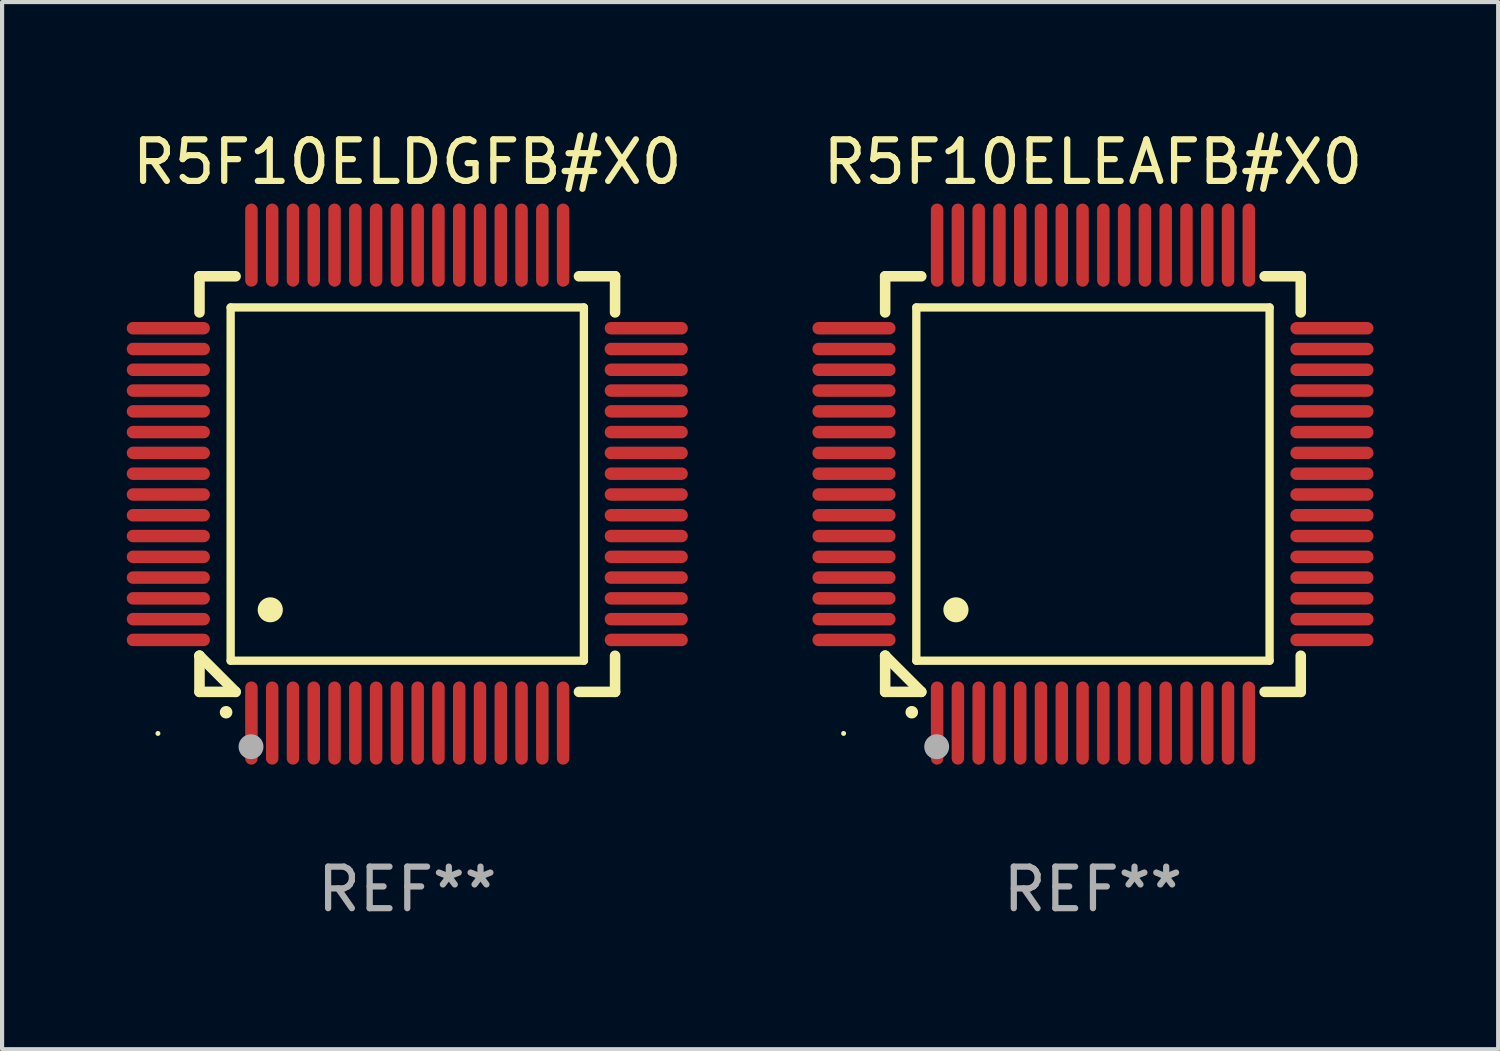
<source format=kicad_pcb>
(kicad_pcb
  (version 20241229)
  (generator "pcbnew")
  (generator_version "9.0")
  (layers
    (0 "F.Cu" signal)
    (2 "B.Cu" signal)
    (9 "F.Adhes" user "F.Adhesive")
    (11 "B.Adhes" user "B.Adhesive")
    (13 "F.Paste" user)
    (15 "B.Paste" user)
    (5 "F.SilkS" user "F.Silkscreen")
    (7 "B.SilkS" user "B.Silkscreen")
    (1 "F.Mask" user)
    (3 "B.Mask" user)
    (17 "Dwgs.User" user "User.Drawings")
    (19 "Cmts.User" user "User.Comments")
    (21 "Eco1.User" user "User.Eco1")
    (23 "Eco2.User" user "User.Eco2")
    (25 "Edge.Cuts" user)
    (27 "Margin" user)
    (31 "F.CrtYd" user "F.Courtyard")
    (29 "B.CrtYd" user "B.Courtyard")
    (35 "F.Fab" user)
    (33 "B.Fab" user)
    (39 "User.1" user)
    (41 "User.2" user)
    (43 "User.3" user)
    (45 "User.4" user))
  (footprint "R5F10ELEAFB#X0"
    (layer "F.Cu")
    (at 23.249 8.598)
    (property "Reference" "R5F10ELEAFB#X0" (at 0 -7.75 0) (layer "F.SilkS") (effects (font (size 1 1) (thickness 0.15))))
    (attr through_hole)
    (fp_line (start -5 -5) (end -4.131 -5) (stroke (width 0.254) (type solid)) (layer "F.SilkS"))
    (fp_line (start -5 -4.131) (end -5 -5) (stroke (width 0.254) (type solid)) (layer "F.SilkS"))
    (fp_line (start -5 4.131) (end -5 4.131) (stroke (width 0.254) (type solid)) (layer "F.SilkS"))
    (fp_line (start -5 5) (end -5 4.131) (stroke (width 0.254) (type solid)) (layer "F.SilkS"))
    (fp_line (start -5 4.131) (end -4.131 5) (stroke (width 0.254) (type solid)) (layer "F.SilkS"))
    (fp_line (start -4.25 -4.25) (end -4.25 4.25) (stroke (width 0.2) (type solid)) (layer "F.SilkS"))
    (fp_line (start -4.25 4.25) (end 4.25 4.25) (stroke (width 0.2) (type solid)) (layer "F.SilkS"))
    (fp_line (start -4.131 5) (end -5 5) (stroke (width 0.254) (type solid)) (layer "F.SilkS"))
    (fp_line (start 4.25 -4.25) (end -4.25 -4.25) (stroke (width 0.2) (type solid)) (layer "F.SilkS"))
    (fp_line (start 4.25 4.25) (end 4.25 -4.25) (stroke (width 0.2) (type solid)) (layer "F.SilkS"))
    (fp_line (start 5 -5) (end 4.131 -5) (stroke (width 0.254) (type solid)) (layer "F.SilkS"))
    (fp_line (start 5 -5) (end 5 -4.131) (stroke (width 0.254) (type solid)) (layer "F.SilkS"))
    (fp_line (start 5 4.131) (end 5 5) (stroke (width 0.254) (type solid)) (layer "F.SilkS"))
    (fp_line (start 5 5) (end 4.131 5) (stroke (width 0.254) (type solid)) (layer "F.SilkS"))
    (fp_arc (start -4.361265 5.489992) (mid -4.359995 5.489987) (end -4.358725 5.489992) (stroke (width 0.3) (type solid)) (layer "F.SilkS"))
    (fp_arc (start -3.299467 3.025146) (mid -3.296927 3.025135) (end -3.294387 3.025146) (stroke (width 0.6) (type solid)) (layer "F.SilkS"))
    (fp_circle (center -6 6) (end -5.97 6) (stroke (width 0.06) (type solid)) (fill no) (layer "F.SilkS"))
    (fp_circle (center -3.76 6.32) (end -3.61 6.32) (stroke (width 0.3) (type solid)) (fill no) (layer "F.Fab"))
    (fp_text user "REF**" (at 0 9.75 0) (layer "F.Fab") (effects (font (size 1 1) (thickness 0.15))))
    (pad "1" smd oval (at -3.75 5.75) (size 0.3 2) (layers "F.Cu" "F.Mask" "F.Paste"))
    (pad "2" smd oval (at -3.25 5.75) (size 0.3 2) (layers "F.Cu" "F.Mask" "F.Paste"))
    (pad "3" smd oval (at -2.75 5.75) (size 0.3 2) (layers "F.Cu" "F.Mask" "F.Paste"))
    (pad "4" smd oval (at -2.25 5.75) (size 0.3 2) (layers "F.Cu" "F.Mask" "F.Paste"))
    (pad "5" smd oval (at -1.75 5.75) (size 0.3 2) (layers "F.Cu" "F.Mask" "F.Paste"))
    (pad "6" smd oval (at -1.25 5.75) (size 0.3 2) (layers "F.Cu" "F.Mask" "F.Paste"))
    (pad "7" smd oval (at -0.75 5.75) (size 0.3 2) (layers "F.Cu" "F.Mask" "F.Paste"))
    (pad "8" smd oval (at -0.25 5.75) (size 0.3 2) (layers "F.Cu" "F.Mask" "F.Paste"))
    (pad "9" smd oval (at 0.25 5.75) (size 0.3 2) (layers "F.Cu" "F.Mask" "F.Paste"))
    (pad "10" smd oval (at 0.75 5.75) (size 0.3 2) (layers "F.Cu" "F.Mask" "F.Paste"))
    (pad "11" smd oval (at 1.25 5.75) (size 0.3 2) (layers "F.Cu" "F.Mask" "F.Paste"))
    (pad "12" smd oval (at 1.75 5.75) (size 0.3 2) (layers "F.Cu" "F.Mask" "F.Paste"))
    (pad "13" smd oval (at 2.25 5.75) (size 0.3 2) (layers "F.Cu" "F.Mask" "F.Paste"))
    (pad "14" smd oval (at 2.75 5.75) (size 0.3 2) (layers "F.Cu" "F.Mask" "F.Paste"))
    (pad "15" smd oval (at 3.25 5.75) (size 0.3 2) (layers "F.Cu" "F.Mask" "F.Paste"))
    (pad "16" smd oval (at 3.75 5.75) (size 0.3 2) (layers "F.Cu" "F.Mask" "F.Paste"))
    (pad "17" smd oval (at 5.75 3.75) (size 2 0.3) (layers "F.Cu" "F.Mask" "F.Paste"))
    (pad "18" smd oval (at 5.75 3.25) (size 2 0.3) (layers "F.Cu" "F.Mask" "F.Paste"))
    (pad "19" smd oval (at 5.75 2.75) (size 2 0.3) (layers "F.Cu" "F.Mask" "F.Paste"))
    (pad "20" smd oval (at 5.75 2.25) (size 2 0.3) (layers "F.Cu" "F.Mask" "F.Paste"))
    (pad "21" smd oval (at 5.75 1.75) (size 2 0.3) (layers "F.Cu" "F.Mask" "F.Paste"))
    (pad "22" smd oval (at 5.75 1.25) (size 2 0.3) (layers "F.Cu" "F.Mask" "F.Paste"))
    (pad "23" smd oval (at 5.75 0.75) (size 2 0.3) (layers "F.Cu" "F.Mask" "F.Paste"))
    (pad "24" smd oval (at 5.75 0.25) (size 2 0.3) (layers "F.Cu" "F.Mask" "F.Paste"))
    (pad "25" smd oval (at 5.75 -0.25) (size 2 0.3) (layers "F.Cu" "F.Mask" "F.Paste"))
    (pad "26" smd oval (at 5.75 -0.75) (size 2 0.3) (layers "F.Cu" "F.Mask" "F.Paste"))
    (pad "27" smd oval (at 5.75 -1.25) (size 2 0.3) (layers "F.Cu" "F.Mask" "F.Paste"))
    (pad "28" smd oval (at 5.75 -1.75) (size 2 0.3) (layers "F.Cu" "F.Mask" "F.Paste"))
    (pad "29" smd oval (at 5.75 -2.25) (size 2 0.3) (layers "F.Cu" "F.Mask" "F.Paste"))
    (pad "30" smd oval (at 5.75 -2.75) (size 2 0.3) (layers "F.Cu" "F.Mask" "F.Paste"))
    (pad "31" smd oval (at 5.75 -3.25) (size 2 0.3) (layers "F.Cu" "F.Mask" "F.Paste"))
    (pad "32" smd oval (at 5.75 -3.75) (size 2 0.3) (layers "F.Cu" "F.Mask" "F.Paste"))
    (pad "33" smd oval (at 3.75 -5.75) (size 0.3 2) (layers "F.Cu" "F.Mask" "F.Paste"))
    (pad "34" smd oval (at 3.25 -5.75) (size 0.3 2) (layers "F.Cu" "F.Mask" "F.Paste"))
    (pad "35" smd oval (at 2.75 -5.75) (size 0.3 2) (layers "F.Cu" "F.Mask" "F.Paste"))
    (pad "36" smd oval (at 2.25 -5.75) (size 0.3 2) (layers "F.Cu" "F.Mask" "F.Paste"))
    (pad "37" smd oval (at 1.75 -5.75) (size 0.3 2) (layers "F.Cu" "F.Mask" "F.Paste"))
    (pad "38" smd oval (at 1.25 -5.75) (size 0.3 2) (layers "F.Cu" "F.Mask" "F.Paste"))
    (pad "39" smd oval (at 0.75 -5.75) (size 0.3 2) (layers "F.Cu" "F.Mask" "F.Paste"))
    (pad "40" smd oval (at 0.25 -5.75) (size 0.3 2) (layers "F.Cu" "F.Mask" "F.Paste"))
    (pad "41" smd oval (at -0.25 -5.75) (size 0.3 2) (layers "F.Cu" "F.Mask" "F.Paste"))
    (pad "42" smd oval (at -0.75 -5.75) (size 0.3 2) (layers "F.Cu" "F.Mask" "F.Paste"))
    (pad "43" smd oval (at -1.25 -5.75) (size 0.3 2) (layers "F.Cu" "F.Mask" "F.Paste"))
    (pad "44" smd oval (at -1.75 -5.75) (size 0.3 2) (layers "F.Cu" "F.Mask" "F.Paste"))
    (pad "45" smd oval (at -2.25 -5.75) (size 0.3 2) (layers "F.Cu" "F.Mask" "F.Paste"))
    (pad "46" smd oval (at -2.75 -5.75) (size 0.3 2) (layers "F.Cu" "F.Mask" "F.Paste"))
    (pad "47" smd oval (at -3.25 -5.75) (size 0.3 2) (layers "F.Cu" "F.Mask" "F.Paste"))
    (pad "48" smd oval (at -3.75 -5.75) (size 0.3 2) (layers "F.Cu" "F.Mask" "F.Paste"))
    (pad "49" smd oval (at -5.75 -3.75) (size 2 0.3) (layers "F.Cu" "F.Mask" "F.Paste"))
    (pad "50" smd oval (at -5.75 -3.25) (size 2 0.3) (layers "F.Cu" "F.Mask" "F.Paste"))
    (pad "51" smd oval (at -5.75 -2.75) (size 2 0.3) (layers "F.Cu" "F.Mask" "F.Paste"))
    (pad "52" smd oval (at -5.75 -2.25) (size 2 0.3) (layers "F.Cu" "F.Mask" "F.Paste"))
    (pad "53" smd oval (at -5.75 -1.75) (size 2 0.3) (layers "F.Cu" "F.Mask" "F.Paste"))
    (pad "54" smd oval (at -5.75 -1.25) (size 2 0.3) (layers "F.Cu" "F.Mask" "F.Paste"))
    (pad "55" smd oval (at -5.75 -0.75) (size 2 0.3) (layers "F.Cu" "F.Mask" "F.Paste"))
    (pad "56" smd oval (at -5.75 -0.25) (size 2 0.3) (layers "F.Cu" "F.Mask" "F.Paste"))
    (pad "57" smd oval (at -5.75 0.25) (size 2 0.3) (layers "F.Cu" "F.Mask" "F.Paste"))
    (pad "58" smd oval (at -5.75 0.75) (size 2 0.3) (layers "F.Cu" "F.Mask" "F.Paste"))
    (pad "59" smd oval (at -5.75 1.25) (size 2 0.3) (layers "F.Cu" "F.Mask" "F.Paste"))
    (pad "60" smd oval (at -5.75 1.75) (size 2 0.3) (layers "F.Cu" "F.Mask" "F.Paste"))
    (pad "61" smd oval (at -5.75 2.25) (size 2 0.3) (layers "F.Cu" "F.Mask" "F.Paste"))
    (pad "62" smd oval (at -5.75 2.75) (size 2 0.3) (layers "F.Cu" "F.Mask" "F.Paste"))
    (pad "63" smd oval (at -5.75 3.25) (size 2 0.3) (layers "F.Cu" "F.Mask" "F.Paste"))
    (pad "64" smd oval (at -5.75 3.75) (size 2 0.3) (layers "F.Cu" "F.Mask" "F.Paste")))
  (footprint "R5F10ELDGFB#X0"
    (layer "F.Cu")
    (at 6.75 8.598)
    (property "Reference" "R5F10ELDGFB#X0" (at 0 -7.75 0) (layer "F.SilkS") (effects (font (size 1 1) (thickness 0.15))))
    (attr through_hole)
    (fp_line (start -5 -5) (end -4.131 -5) (stroke (width 0.254) (type solid)) (layer "F.SilkS"))
    (fp_line (start -5 -4.131) (end -5 -5) (stroke (width 0.254) (type solid)) (layer "F.SilkS"))
    (fp_line (start -5 4.131) (end -5 4.131) (stroke (width 0.254) (type solid)) (layer "F.SilkS"))
    (fp_line (start -5 5) (end -5 4.131) (stroke (width 0.254) (type solid)) (layer "F.SilkS"))
    (fp_line (start -5 4.131) (end -4.131 5) (stroke (width 0.254) (type solid)) (layer "F.SilkS"))
    (fp_line (start -4.25 -4.25) (end -4.25 4.25) (stroke (width 0.2) (type solid)) (layer "F.SilkS"))
    (fp_line (start -4.25 4.25) (end 4.25 4.25) (stroke (width 0.2) (type solid)) (layer "F.SilkS"))
    (fp_line (start -4.131 5) (end -5 5) (stroke (width 0.254) (type solid)) (layer "F.SilkS"))
    (fp_line (start 4.25 -4.25) (end -4.25 -4.25) (stroke (width 0.2) (type solid)) (layer "F.SilkS"))
    (fp_line (start 4.25 4.25) (end 4.25 -4.25) (stroke (width 0.2) (type solid)) (layer "F.SilkS"))
    (fp_line (start 5 -5) (end 4.131 -5) (stroke (width 0.254) (type solid)) (layer "F.SilkS"))
    (fp_line (start 5 -5) (end 5 -4.131) (stroke (width 0.254) (type solid)) (layer "F.SilkS"))
    (fp_line (start 5 4.131) (end 5 5) (stroke (width 0.254) (type solid)) (layer "F.SilkS"))
    (fp_line (start 5 5) (end 4.131 5) (stroke (width 0.254) (type solid)) (layer "F.SilkS"))
    (fp_arc (start -4.361265 5.489992) (mid -4.359995 5.489987) (end -4.358725 5.489992) (stroke (width 0.3) (type solid)) (layer "F.SilkS"))
    (fp_arc (start -3.299467 3.025146) (mid -3.296927 3.025135) (end -3.294387 3.025146) (stroke (width 0.6) (type solid)) (layer "F.SilkS"))
    (fp_circle (center -6 6) (end -5.97 6) (stroke (width 0.06) (type solid)) (fill no) (layer "F.SilkS"))
    (fp_circle (center -3.76 6.32) (end -3.61 6.32) (stroke (width 0.3) (type solid)) (fill no) (layer "F.Fab"))
    (fp_text user "REF**" (at 0 9.75 0) (layer "F.Fab") (effects (font (size 1 1) (thickness 0.15))))
    (pad "1" smd oval (at -3.75 5.75) (size 0.3 2) (layers "F.Cu" "F.Mask" "F.Paste"))
    (pad "2" smd oval (at -3.25 5.75) (size 0.3 2) (layers "F.Cu" "F.Mask" "F.Paste"))
    (pad "3" smd oval (at -2.75 5.75) (size 0.3 2) (layers "F.Cu" "F.Mask" "F.Paste"))
    (pad "4" smd oval (at -2.25 5.75) (size 0.3 2) (layers "F.Cu" "F.Mask" "F.Paste"))
    (pad "5" smd oval (at -1.75 5.75) (size 0.3 2) (layers "F.Cu" "F.Mask" "F.Paste"))
    (pad "6" smd oval (at -1.25 5.75) (size 0.3 2) (layers "F.Cu" "F.Mask" "F.Paste"))
    (pad "7" smd oval (at -0.75 5.75) (size 0.3 2) (layers "F.Cu" "F.Mask" "F.Paste"))
    (pad "8" smd oval (at -0.25 5.75) (size 0.3 2) (layers "F.Cu" "F.Mask" "F.Paste"))
    (pad "9" smd oval (at 0.25 5.75) (size 0.3 2) (layers "F.Cu" "F.Mask" "F.Paste"))
    (pad "10" smd oval (at 0.75 5.75) (size 0.3 2) (layers "F.Cu" "F.Mask" "F.Paste"))
    (pad "11" smd oval (at 1.25 5.75) (size 0.3 2) (layers "F.Cu" "F.Mask" "F.Paste"))
    (pad "12" smd oval (at 1.75 5.75) (size 0.3 2) (layers "F.Cu" "F.Mask" "F.Paste"))
    (pad "13" smd oval (at 2.25 5.75) (size 0.3 2) (layers "F.Cu" "F.Mask" "F.Paste"))
    (pad "14" smd oval (at 2.75 5.75) (size 0.3 2) (layers "F.Cu" "F.Mask" "F.Paste"))
    (pad "15" smd oval (at 3.25 5.75) (size 0.3 2) (layers "F.Cu" "F.Mask" "F.Paste"))
    (pad "16" smd oval (at 3.75 5.75) (size 0.3 2) (layers "F.Cu" "F.Mask" "F.Paste"))
    (pad "17" smd oval (at 5.75 3.75) (size 2 0.3) (layers "F.Cu" "F.Mask" "F.Paste"))
    (pad "18" smd oval (at 5.75 3.25) (size 2 0.3) (layers "F.Cu" "F.Mask" "F.Paste"))
    (pad "19" smd oval (at 5.75 2.75) (size 2 0.3) (layers "F.Cu" "F.Mask" "F.Paste"))
    (pad "20" smd oval (at 5.75 2.25) (size 2 0.3) (layers "F.Cu" "F.Mask" "F.Paste"))
    (pad "21" smd oval (at 5.75 1.75) (size 2 0.3) (layers "F.Cu" "F.Mask" "F.Paste"))
    (pad "22" smd oval (at 5.75 1.25) (size 2 0.3) (layers "F.Cu" "F.Mask" "F.Paste"))
    (pad "23" smd oval (at 5.75 0.75) (size 2 0.3) (layers "F.Cu" "F.Mask" "F.Paste"))
    (pad "24" smd oval (at 5.75 0.25) (size 2 0.3) (layers "F.Cu" "F.Mask" "F.Paste"))
    (pad "25" smd oval (at 5.75 -0.25) (size 2 0.3) (layers "F.Cu" "F.Mask" "F.Paste"))
    (pad "26" smd oval (at 5.75 -0.75) (size 2 0.3) (layers "F.Cu" "F.Mask" "F.Paste"))
    (pad "27" smd oval (at 5.75 -1.25) (size 2 0.3) (layers "F.Cu" "F.Mask" "F.Paste"))
    (pad "28" smd oval (at 5.75 -1.75) (size 2 0.3) (layers "F.Cu" "F.Mask" "F.Paste"))
    (pad "29" smd oval (at 5.75 -2.25) (size 2 0.3) (layers "F.Cu" "F.Mask" "F.Paste"))
    (pad "30" smd oval (at 5.75 -2.75) (size 2 0.3) (layers "F.Cu" "F.Mask" "F.Paste"))
    (pad "31" smd oval (at 5.75 -3.25) (size 2 0.3) (layers "F.Cu" "F.Mask" "F.Paste"))
    (pad "32" smd oval (at 5.75 -3.75) (size 2 0.3) (layers "F.Cu" "F.Mask" "F.Paste"))
    (pad "33" smd oval (at 3.75 -5.75) (size 0.3 2) (layers "F.Cu" "F.Mask" "F.Paste"))
    (pad "34" smd oval (at 3.25 -5.75) (size 0.3 2) (layers "F.Cu" "F.Mask" "F.Paste"))
    (pad "35" smd oval (at 2.75 -5.75) (size 0.3 2) (layers "F.Cu" "F.Mask" "F.Paste"))
    (pad "36" smd oval (at 2.25 -5.75) (size 0.3 2) (layers "F.Cu" "F.Mask" "F.Paste"))
    (pad "37" smd oval (at 1.75 -5.75) (size 0.3 2) (layers "F.Cu" "F.Mask" "F.Paste"))
    (pad "38" smd oval (at 1.25 -5.75) (size 0.3 2) (layers "F.Cu" "F.Mask" "F.Paste"))
    (pad "39" smd oval (at 0.75 -5.75) (size 0.3 2) (layers "F.Cu" "F.Mask" "F.Paste"))
    (pad "40" smd oval (at 0.25 -5.75) (size 0.3 2) (layers "F.Cu" "F.Mask" "F.Paste"))
    (pad "41" smd oval (at -0.25 -5.75) (size 0.3 2) (layers "F.Cu" "F.Mask" "F.Paste"))
    (pad "42" smd oval (at -0.75 -5.75) (size 0.3 2) (layers "F.Cu" "F.Mask" "F.Paste"))
    (pad "43" smd oval (at -1.25 -5.75) (size 0.3 2) (layers "F.Cu" "F.Mask" "F.Paste"))
    (pad "44" smd oval (at -1.75 -5.75) (size 0.3 2) (layers "F.Cu" "F.Mask" "F.Paste"))
    (pad "45" smd oval (at -2.25 -5.75) (size 0.3 2) (layers "F.Cu" "F.Mask" "F.Paste"))
    (pad "46" smd oval (at -2.75 -5.75) (size 0.3 2) (layers "F.Cu" "F.Mask" "F.Paste"))
    (pad "47" smd oval (at -3.25 -5.75) (size 0.3 2) (layers "F.Cu" "F.Mask" "F.Paste"))
    (pad "48" smd oval (at -3.75 -5.75) (size 0.3 2) (layers "F.Cu" "F.Mask" "F.Paste"))
    (pad "49" smd oval (at -5.75 -3.75) (size 2 0.3) (layers "F.Cu" "F.Mask" "F.Paste"))
    (pad "50" smd oval (at -5.75 -3.25) (size 2 0.3) (layers "F.Cu" "F.Mask" "F.Paste"))
    (pad "51" smd oval (at -5.75 -2.75) (size 2 0.3) (layers "F.Cu" "F.Mask" "F.Paste"))
    (pad "52" smd oval (at -5.75 -2.25) (size 2 0.3) (layers "F.Cu" "F.Mask" "F.Paste"))
    (pad "53" smd oval (at -5.75 -1.75) (size 2 0.3) (layers "F.Cu" "F.Mask" "F.Paste"))
    (pad "54" smd oval (at -5.75 -1.25) (size 2 0.3) (layers "F.Cu" "F.Mask" "F.Paste"))
    (pad "55" smd oval (at -5.75 -0.75) (size 2 0.3) (layers "F.Cu" "F.Mask" "F.Paste"))
    (pad "56" smd oval (at -5.75 -0.25) (size 2 0.3) (layers "F.Cu" "F.Mask" "F.Paste"))
    (pad "57" smd oval (at -5.75 0.25) (size 2 0.3) (layers "F.Cu" "F.Mask" "F.Paste"))
    (pad "58" smd oval (at -5.75 0.75) (size 2 0.3) (layers "F.Cu" "F.Mask" "F.Paste"))
    (pad "59" smd oval (at -5.75 1.25) (size 2 0.3) (layers "F.Cu" "F.Mask" "F.Paste"))
    (pad "60" smd oval (at -5.75 1.75) (size 2 0.3) (layers "F.Cu" "F.Mask" "F.Paste"))
    (pad "61" smd oval (at -5.75 2.25) (size 2 0.3) (layers "F.Cu" "F.Mask" "F.Paste"))
    (pad "62" smd oval (at -5.75 2.75) (size 2 0.3) (layers "F.Cu" "F.Mask" "F.Paste"))
    (pad "63" smd oval (at -5.75 3.25) (size 2 0.3) (layers "F.Cu" "F.Mask" "F.Paste"))
    (pad "64" smd oval (at -5.75 3.75) (size 2 0.3) (layers "F.Cu" "F.Mask" "F.Paste")))
  (gr_rect
    (start -3 -3)
    (end 32.999 22.196)
    (stroke (width 0.1) (type default))
    (fill no)
    (layer "Edge.Cuts")))
</source>
